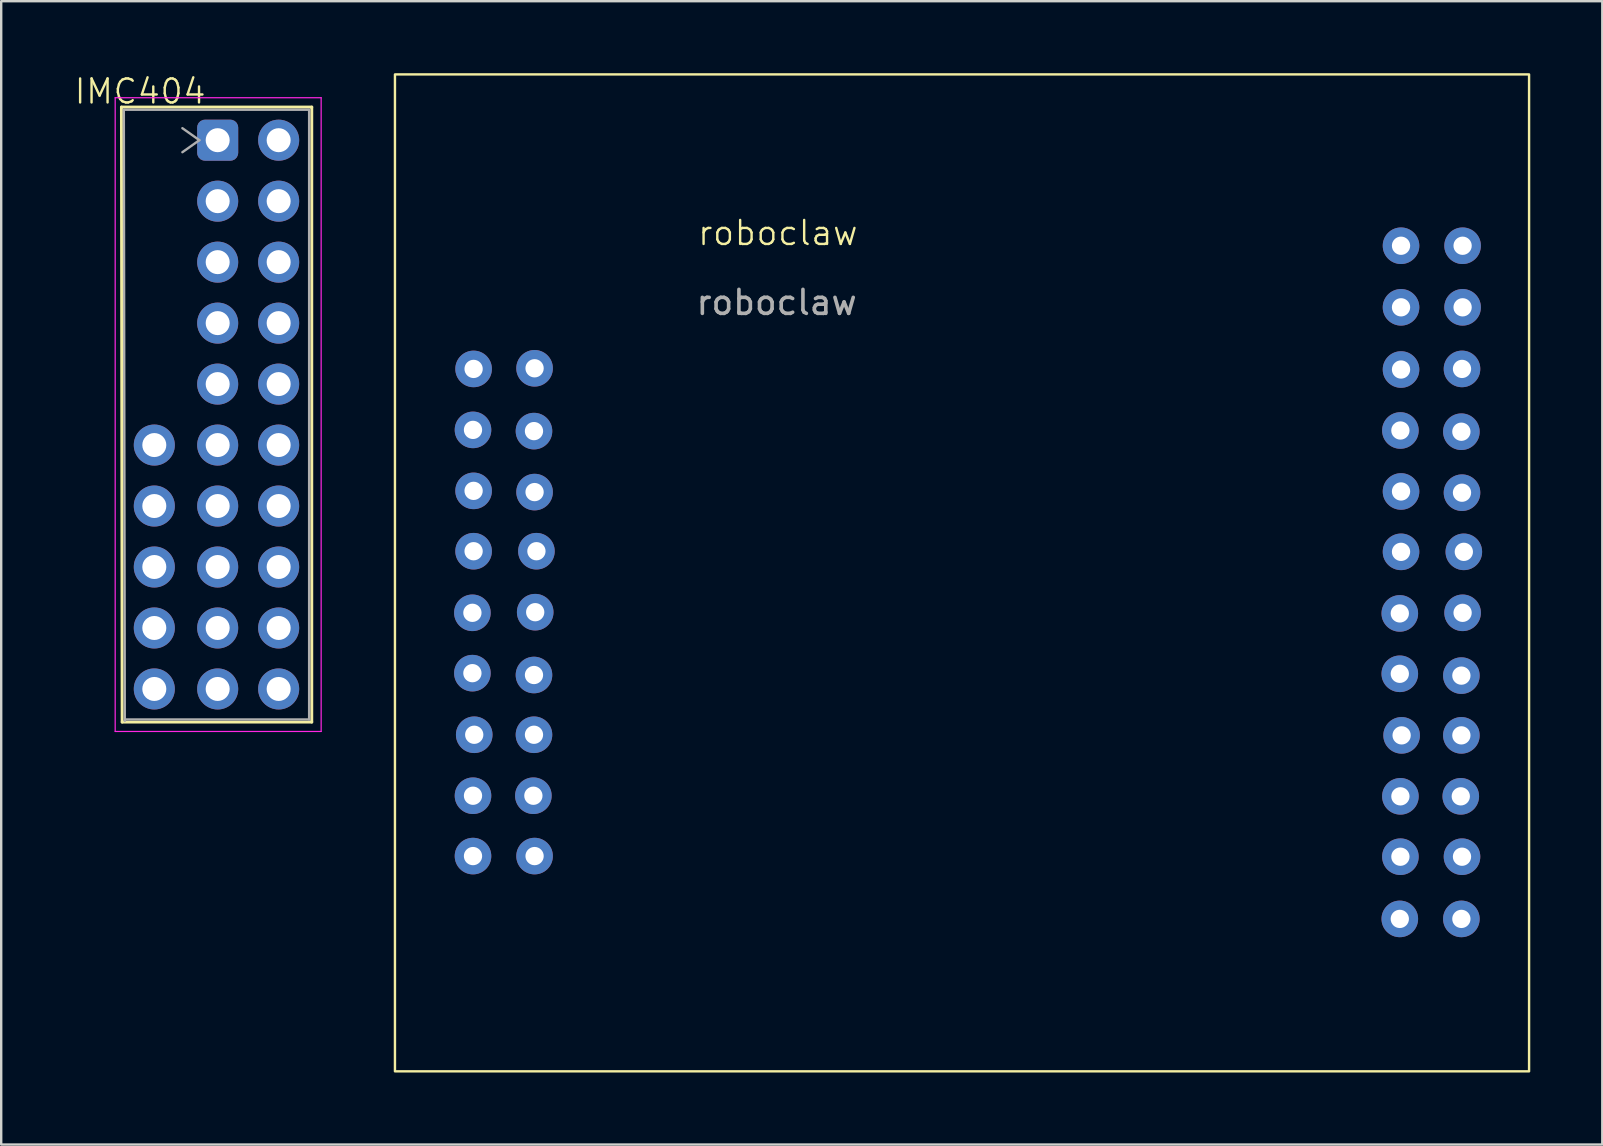
<source format=kicad_pcb>
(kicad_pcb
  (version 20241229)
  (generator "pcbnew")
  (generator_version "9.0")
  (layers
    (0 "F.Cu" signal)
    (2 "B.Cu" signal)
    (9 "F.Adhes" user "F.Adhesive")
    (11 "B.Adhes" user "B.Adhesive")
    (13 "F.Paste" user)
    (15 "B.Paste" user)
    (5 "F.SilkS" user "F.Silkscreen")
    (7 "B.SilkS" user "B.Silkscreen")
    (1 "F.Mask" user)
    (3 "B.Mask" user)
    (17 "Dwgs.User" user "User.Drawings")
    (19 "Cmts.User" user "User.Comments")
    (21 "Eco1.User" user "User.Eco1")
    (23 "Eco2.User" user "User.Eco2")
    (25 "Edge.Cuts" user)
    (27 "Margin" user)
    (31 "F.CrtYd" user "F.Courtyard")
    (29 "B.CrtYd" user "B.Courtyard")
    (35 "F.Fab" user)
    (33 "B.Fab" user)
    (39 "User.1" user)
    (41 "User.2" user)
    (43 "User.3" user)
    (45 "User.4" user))
  (footprint "roboclaw"
    (layer "F.Cu")
    (at 35.704 15.95)
    (property "Reference" "roboclaw" (at -6.35 -9.296 0) (unlocked yes) (layer "F.SilkS") (effects (font (size 1 1) (thickness 0.1))))
    (attr through_hole)
    (fp_rect (start -22.301 -15.9) (end 24.943 25.629) (stroke (width 0.1) (type default)) (fill no) (layer "F.SilkS"))
    (fp_text user "${REFERENCE}" (at -6.401 -6.401 0) (unlocked yes) (layer "F.Fab") (effects (font (size 1 1) (thickness 0.15))))
    (pad "1" thru_hole circle (at -19.025 -3.632) (size 1.524 1.524) (drill 0.762) (layers "*.Cu" "*.Mask"))
    (pad "2" thru_hole circle (at -16.485 -3.658) (size 1.524 1.524) (drill 0.762) (layers "*.Cu" "*.Mask"))
    (pad "3" thru_hole circle (at -19.05 -1.092) (size 1.524 1.524) (drill 0.762) (layers "*.Cu" "*.Mask"))
    (pad "4" thru_hole circle (at -16.51 -1.041) (size 1.524 1.524) (drill 0.762) (layers "*.Cu" "*.Mask"))
    (pad "5" thru_hole circle (at -19.025 1.448) (size 1.524 1.524) (drill 0.762) (layers "*.Cu" "*.Mask"))
    (pad "6" thru_hole circle (at -16.485 1.499) (size 1.524 1.524) (drill 0.762) (layers "*.Cu" "*.Mask"))
    (pad "7" thru_hole circle (at -19.025 3.962) (size 1.524 1.524) (drill 0.762) (layers "*.Cu" "*.Mask"))
    (pad "8" thru_hole circle (at -16.408 3.962) (size 1.524 1.524) (drill 0.762) (layers "*.Cu" "*.Mask"))
    (pad "9" thru_hole circle (at -19.075 6.528) (size 1.524 1.524) (drill 0.762) (layers "*.Cu" "*.Mask"))
    (pad "10" thru_hole circle (at -16.459 6.502) (size 1.524 1.524) (drill 0.762) (layers "*.Cu" "*.Mask"))
    (pad "11" thru_hole circle (at -19.075 9.042) (size 1.524 1.524) (drill 0.762) (layers "*.Cu" "*.Mask"))
    (pad "12" thru_hole circle (at -16.51 9.119) (size 1.524 1.524) (drill 0.762) (layers "*.Cu" "*.Mask"))
    (pad "13" thru_hole circle (at -18.999 11.608) (size 1.524 1.524) (drill 0.762) (layers "*.Cu" "*.Mask"))
    (pad "14" thru_hole circle (at -16.51 11.608) (size 1.524 1.524) (drill 0.762) (layers "*.Cu" "*.Mask"))
    (pad "15" thru_hole circle (at -19.05 14.148) (size 1.524 1.524) (drill 0.762) (layers "*.Cu" "*.Mask"))
    (pad "16" thru_hole circle (at -16.535 14.148) (size 1.524 1.524) (drill 0.762) (layers "*.Cu" "*.Mask"))
    (pad "17" thru_hole circle (at -19.05 16.662) (size 1.524 1.524) (drill 0.762) (layers "*.Cu" "*.Mask"))
    (pad "18" thru_hole circle (at -16.485 16.662) (size 1.524 1.524) (drill 0.762) (layers "*.Cu" "*.Mask"))
    (pad "19" thru_hole circle (at 19.609 -8.763) (size 1.524 1.524) (drill 0.762) (layers "*.Cu" "*.Mask"))
    (pad "20" thru_hole circle (at 22.174 -8.763) (size 1.524 1.524) (drill 0.762) (layers "*.Cu" "*.Mask"))
    (pad "21" thru_hole circle (at 19.609 -6.198) (size 1.524 1.524) (drill 0.762) (layers "*.Cu" "*.Mask"))
    (pad "22" thru_hole circle (at 22.174 -6.198) (size 1.524 1.524) (drill 0.762) (layers "*.Cu" "*.Mask"))
    (pad "23" thru_hole circle (at 19.609 -3.607) (size 1.524 1.524) (drill 0.762) (layers "*.Cu" "*.Mask"))
    (pad "24" thru_hole circle (at 22.149 -3.632) (size 1.524 1.524) (drill 0.762) (layers "*.Cu" "*.Mask"))
    (pad "25" thru_hole circle (at 19.583 -1.067) (size 1.524 1.524) (drill 0.762) (layers "*.Cu" "*.Mask"))
    (pad "26" thru_hole circle (at 22.123 -1.016) (size 1.524 1.524) (drill 0.762) (layers "*.Cu" "*.Mask"))
    (pad "27" thru_hole circle (at 19.609 1.473) (size 1.524 1.524) (drill 0.762) (layers "*.Cu" "*.Mask"))
    (pad "28" thru_hole circle (at 22.149 1.524) (size 1.524 1.524) (drill 0.762) (layers "*.Cu" "*.Mask"))
    (pad "29" thru_hole circle (at 19.609 3.988) (size 1.524 1.524) (drill 0.762) (layers "*.Cu" "*.Mask"))
    (pad "30" thru_hole circle (at 22.225 3.988) (size 1.524 1.524) (drill 0.762) (layers "*.Cu" "*.Mask"))
    (pad "31" thru_hole circle (at 19.558 6.553) (size 1.524 1.524) (drill 0.762) (layers "*.Cu" "*.Mask"))
    (pad "32" thru_hole circle (at 22.174 6.528) (size 1.524 1.524) (drill 0.762) (layers "*.Cu" "*.Mask"))
    (pad "33" thru_hole circle (at 19.558 9.068) (size 1.524 1.524) (drill 0.762) (layers "*.Cu" "*.Mask"))
    (pad "34" thru_hole circle (at 22.123 9.144) (size 1.524 1.524) (drill 0.762) (layers "*.Cu" "*.Mask"))
    (pad "35" thru_hole circle (at 19.634 11.633) (size 1.524 1.524) (drill 0.762) (layers "*.Cu" "*.Mask"))
    (pad "36" thru_hole circle (at 22.123 11.633) (size 1.524 1.524) (drill 0.762) (layers "*.Cu" "*.Mask"))
    (pad "37" thru_hole circle (at 19.583 14.173) (size 1.524 1.524) (drill 0.762) (layers "*.Cu" "*.Mask"))
    (pad "38" thru_hole circle (at 22.098 14.173) (size 1.524 1.524) (drill 0.762) (layers "*.Cu" "*.Mask"))
    (pad "39" thru_hole circle (at 19.583 16.688) (size 1.524 1.524) (drill 0.762) (layers "*.Cu" "*.Mask"))
    (pad "40" thru_hole circle (at 22.149 16.688) (size 1.524 1.524) (drill 0.762) (layers "*.Cu" "*.Mask"))
    (pad "41" thru_hole circle (at 19.558 19.279) (size 1.524 1.524) (drill 0.762) (layers "*.Cu" "*.Mask"))
    (pad "42" thru_hole circle (at 22.123 19.279) (size 1.524 1.524) (drill 0.762) (layers "*.Cu" "*.Mask")))
  (footprint "IMC404"
    (layer "F.Cu")
    (at 6.388 28.96)
    (property "Reference" "IMC404" (at -3.6 -28.2 0) (unlocked yes) (layer "F.SilkS") (effects (font (size 1 1) (thickness 0.1))))
    (attr through_hole)
    (fp_line (start -4.38 -27.55) (end -4.35 -1.93) (stroke (width 0.12) (type solid)) (layer "F.SilkS"))
    (fp_line (start -4.35 -1.93) (end 3.55 -1.93) (stroke (width 0.12) (type solid)) (layer "F.SilkS"))
    (fp_line (start 3.55 -27.55) (end -4.38 -27.55) (stroke (width 0.12) (type solid)) (layer "F.SilkS"))
    (fp_line (start 3.55 -1.93) (end 3.55 -27.55) (stroke (width 0.12) (type solid)) (layer "F.SilkS"))
    (fp_line (start -4.64 -27.94) (end -4.64 -1.54) (stroke (width 0.05) (type solid)) (layer "F.CrtYd"))
    (fp_line (start -4.64 -1.54) (end 3.94 -1.54) (stroke (width 0.05) (type solid)) (layer "F.CrtYd"))
    (fp_line (start 3.94 -27.94) (end -4.64 -27.94) (stroke (width 0.05) (type solid)) (layer "F.CrtYd"))
    (fp_line (start 3.94 -1.54) (end 3.94 -27.94) (stroke (width 0.05) (type solid)) (layer "F.CrtYd"))
    (fp_line (start -4.28 -27.44) (end -4.24 -1.98) (stroke (width 0.1) (type solid)) (layer "F.Fab"))
    (fp_line (start -4.2 -2.04) (end 3.44 -2.04) (stroke (width 0.1) (type solid)) (layer "F.Fab"))
    (fp_line (start -1.84 -26.67) (end -1.133 -26.17) (stroke (width 0.1) (type solid)) (layer "F.Fab"))
    (fp_line (start -1.133 -26.17) (end -1.84 -25.67) (stroke (width 0.1) (type solid)) (layer "F.Fab"))
    (fp_line (start 3.4 -27.44) (end -4.24 -27.44) (stroke (width 0.1) (type solid)) (layer "F.Fab"))
    (fp_line (start 3.44 -2.04) (end 3.44 -27.44) (stroke (width 0.1) (type solid)) (layer "F.Fab"))
    (pad "1" thru_hole roundrect (at -0.37 -26.17 90) (size 1.71 1.71) (drill 1) (layers "*.Cu" "*.Mask") (roundrect_rratio 0.191))
    (pad "2" thru_hole circle (at 2.17 -26.17 90) (size 1.71 1.71) (drill 1) (layers "*.Cu" "*.Mask"))
    (pad "3" thru_hole circle (at -0.37 -23.63 90) (size 1.71 1.71) (drill 1) (layers "*.Cu" "*.Mask"))
    (pad "4" thru_hole circle (at 2.17 -23.63 90) (size 1.71 1.71) (drill 1) (layers "*.Cu" "*.Mask"))
    (pad "5" thru_hole circle (at -0.37 -21.09 90) (size 1.71 1.71) (drill 1) (layers "*.Cu" "*.Mask"))
    (pad "6" thru_hole circle (at 2.17 -21.09 90) (size 1.71 1.71) (drill 1) (layers "*.Cu" "*.Mask"))
    (pad "7" thru_hole circle (at -0.37 -18.55 90) (size 1.71 1.71) (drill 1) (layers "*.Cu" "*.Mask"))
    (pad "8" thru_hole circle (at 2.17 -18.55 90) (size 1.71 1.71) (drill 1) (layers "*.Cu" "*.Mask"))
    (pad "9" thru_hole circle (at -0.37 -16.01 90) (size 1.71 1.71) (drill 1) (layers "*.Cu" "*.Mask"))
    (pad "10" thru_hole circle (at 2.17 -16.01 90) (size 1.71 1.71) (drill 1) (layers "*.Cu" "*.Mask"))
    (pad "11" thru_hole circle (at -0.37 -13.47 90) (size 1.71 1.71) (drill 1) (layers "*.Cu" "*.Mask"))
    (pad "12" thru_hole circle (at 2.17 -13.47 90) (size 1.71 1.71) (drill 1) (layers "*.Cu" "*.Mask"))
    (pad "13" thru_hole circle (at -0.37 -10.93 90) (size 1.71 1.71) (drill 1) (layers "*.Cu" "*.Mask"))
    (pad "14" thru_hole circle (at 2.17 -10.93 90) (size 1.71 1.71) (drill 1) (layers "*.Cu" "*.Mask"))
    (pad "15" thru_hole circle (at -0.37 -8.39 90) (size 1.71 1.71) (drill 1) (layers "*.Cu" "*.Mask"))
    (pad "16" thru_hole circle (at 2.17 -8.39 90) (size 1.71 1.71) (drill 1) (layers "*.Cu" "*.Mask"))
    (pad "17" thru_hole circle (at -0.37 -5.85 90) (size 1.71 1.71) (drill 1) (layers "*.Cu" "*.Mask"))
    (pad "18" thru_hole circle (at 2.17 -5.85 90) (size 1.71 1.71) (drill 1) (layers "*.Cu" "*.Mask"))
    (pad "19" thru_hole circle (at -0.37 -3.31 90) (size 1.71 1.71) (drill 1) (layers "*.Cu" "*.Mask"))
    (pad "20" thru_hole circle (at 2.17 -3.31 90) (size 1.71 1.71) (drill 1) (layers "*.Cu" "*.Mask"))
    (pad "21" thru_hole circle (at -3.01 -13.47 90) (size 1.71 1.71) (drill 1) (layers "*.Cu" "*.Mask"))
    (pad "22" thru_hole circle (at -3.01 -10.93 90) (size 1.71 1.71) (drill 1) (layers "*.Cu" "*.Mask"))
    (pad "23" thru_hole circle (at -3.01 -8.39 90) (size 1.71 1.71) (drill 1) (layers "*.Cu" "*.Mask"))
    (pad "24" thru_hole circle (at -3.01 -5.85 90) (size 1.71 1.71) (drill 1) (layers "*.Cu" "*.Mask"))
    (pad "25" thru_hole circle (at -3.01 -3.31 90) (size 1.71 1.71) (drill 1) (layers "*.Cu" "*.Mask")))
  (gr_rect
    (start -3 -3)
    (end 63.697 44.629)
    (stroke (width 0.1) (type default))
    (fill no)
    (layer "Edge.Cuts")))
</source>
